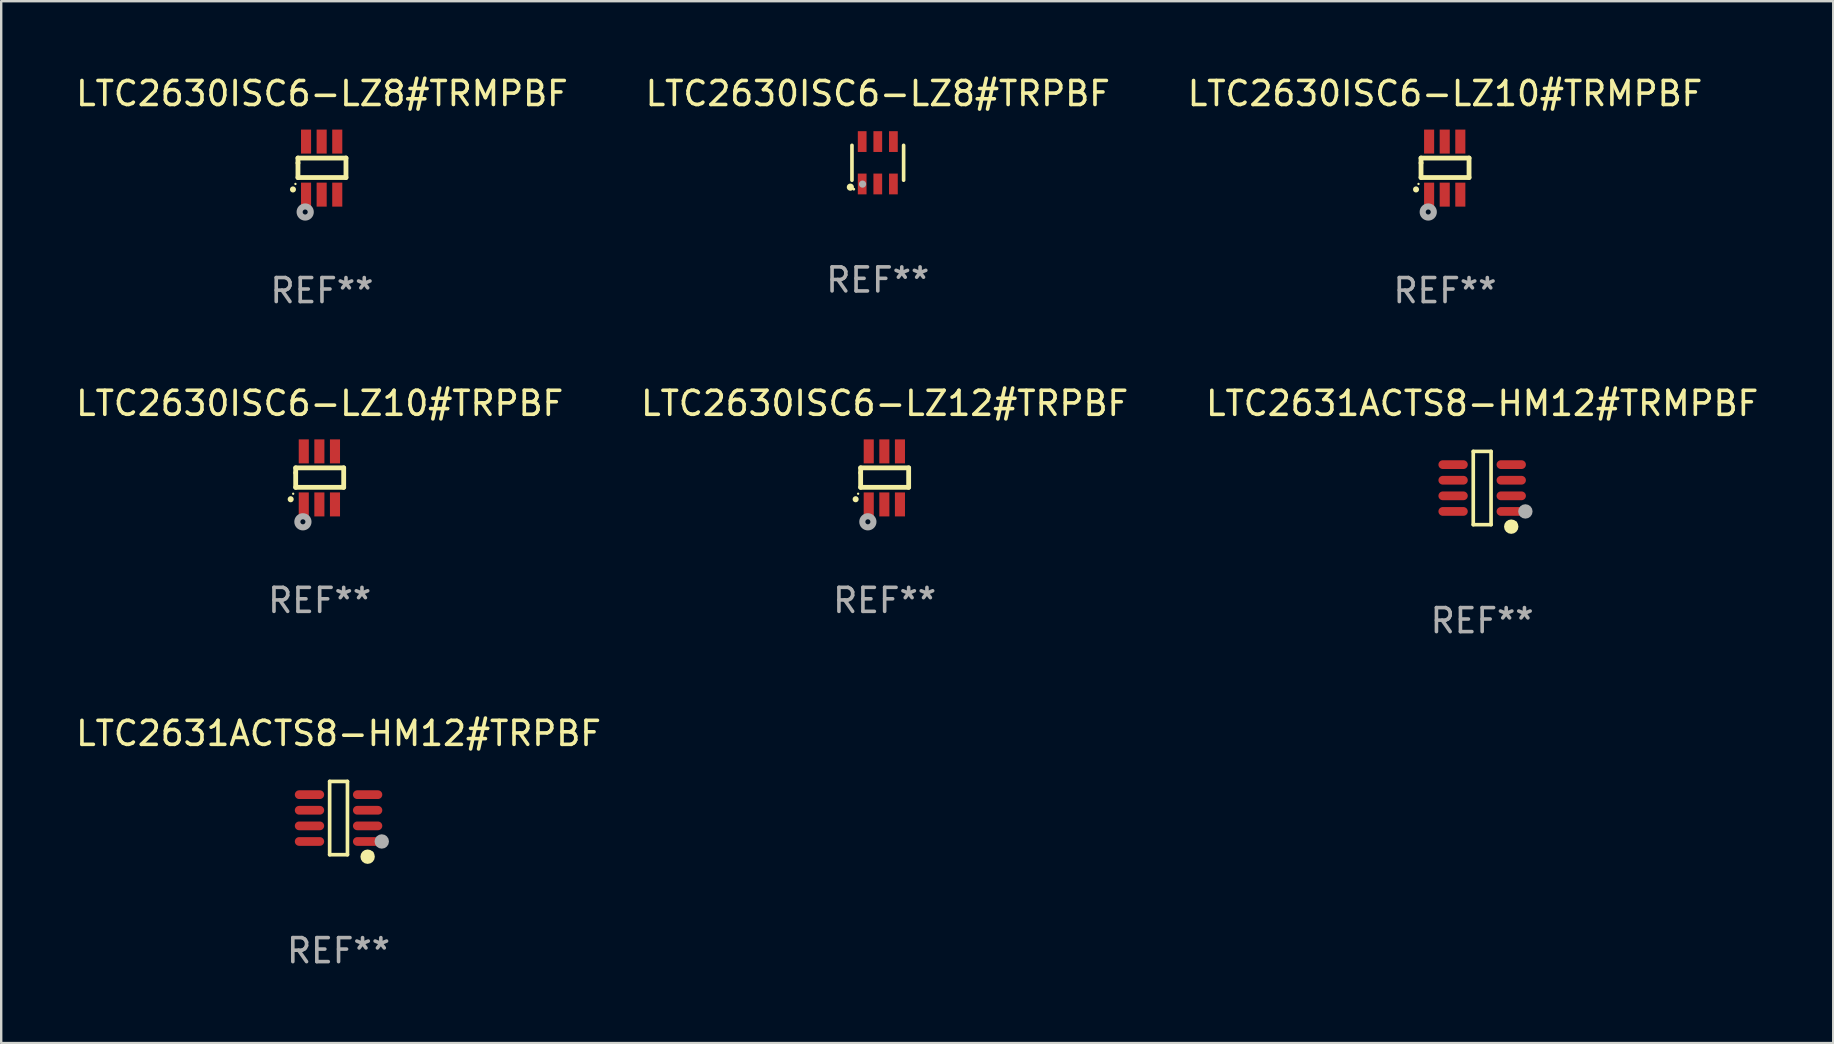
<source format=kicad_pcb>
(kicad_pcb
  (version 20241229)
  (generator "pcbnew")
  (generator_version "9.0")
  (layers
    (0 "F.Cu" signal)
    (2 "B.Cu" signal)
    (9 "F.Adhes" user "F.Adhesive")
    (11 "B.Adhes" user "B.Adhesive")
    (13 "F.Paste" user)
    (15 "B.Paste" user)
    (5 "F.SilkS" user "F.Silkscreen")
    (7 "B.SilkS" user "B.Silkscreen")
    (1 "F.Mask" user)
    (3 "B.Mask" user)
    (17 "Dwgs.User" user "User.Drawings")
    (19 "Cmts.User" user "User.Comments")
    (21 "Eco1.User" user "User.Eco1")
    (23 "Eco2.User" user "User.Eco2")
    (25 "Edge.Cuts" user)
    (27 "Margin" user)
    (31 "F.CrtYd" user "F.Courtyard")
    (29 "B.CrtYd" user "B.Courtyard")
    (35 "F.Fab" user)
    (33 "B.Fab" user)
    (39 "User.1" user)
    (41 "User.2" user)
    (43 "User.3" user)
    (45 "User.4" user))
  (footprint "LTC2630ISC6-LZ10#TRMPBF"
    (layer "F.Cu")
    (at 57.149 3.953)
    (property "Reference" "LTC2630ISC6-LZ10#TRMPBF" (at 0 -3.105 0) (layer "F.SilkS") (effects (font (size 1 1) (thickness 0.15))))
    (attr through_hole)
    (fp_line (start -1 -0.419) (end -1 -0.213) (stroke (width 0.2) (type solid)) (layer "F.SilkS"))
    (fp_line (start -1 -0.213) (end -1 0.393) (stroke (width 0.2) (type solid)) (layer "F.SilkS"))
    (fp_line (start -1 0.393) (end 1 0.393) (stroke (width 0.2) (type solid)) (layer "F.SilkS"))
    (fp_line (start 1 -0.419) (end -1 -0.419) (stroke (width 0.2) (type solid)) (layer "F.SilkS"))
    (fp_line (start 1 0.393) (end 1 -0.419) (stroke (width 0.2) (type solid)) (layer "F.SilkS"))
    (fp_arc (start -1.208509 0.890272) (mid -1.208515 0.889002) (end -1.208509 0.887732) (stroke (width 0.25) (type solid)) (layer "F.SilkS"))
    (fp_circle (center -1.105 0.66) (end -1.08 0.66) (stroke (width 0.05) (type solid)) (fill no) (layer "F.SilkS"))
    (fp_circle (center -0.699 1.829) (end -0.594 1.829) (stroke (width 0.254) (type solid)) (fill no) (layer "F.Fab"))
    (fp_text user "REF**" (at 0 5.105 0) (layer "F.Fab") (effects (font (size 1 1) (thickness 0.15))))
    (pad "1" smd rect (at -0.663 1.105) (size 0.42 1) (layers "F.Cu" "F.Mask" "F.Paste"))
    (pad "2" smd rect (at -0.013 1.105) (size 0.42 1) (layers "F.Cu" "F.Mask" "F.Paste"))
    (pad "3" smd rect (at 0.637 1.105) (size 0.42 1) (layers "F.Cu" "F.Mask" "F.Paste"))
    (pad "4" smd rect (at 0.637 -1.105 180) (size 0.42 1) (layers "F.Cu" "F.Mask" "F.Paste"))
    (pad "5" smd rect (at -0.013 -1.105 180) (size 0.42 1) (layers "F.Cu" "F.Mask" "F.Paste"))
    (pad "6" smd rect (at -0.663 -1.105 180) (size 0.42 1) (layers "F.Cu" "F.Mask" "F.Paste")))
  (footprint "LTC2630ISC6-LZ12#TRPBF"
    (layer "F.Cu")
    (at 33.804 16.859)
    (property "Reference" "LTC2630ISC6-LZ12#TRPBF" (at 0 -3.105 0) (layer "F.SilkS") (effects (font (size 1 1) (thickness 0.15))))
    (attr through_hole)
    (fp_line (start -1 -0.419) (end -1 -0.213) (stroke (width 0.2) (type solid)) (layer "F.SilkS"))
    (fp_line (start -1 -0.213) (end -1 0.393) (stroke (width 0.2) (type solid)) (layer "F.SilkS"))
    (fp_line (start -1 0.393) (end 1 0.393) (stroke (width 0.2) (type solid)) (layer "F.SilkS"))
    (fp_line (start 1 -0.419) (end -1 -0.419) (stroke (width 0.2) (type solid)) (layer "F.SilkS"))
    (fp_line (start 1 0.393) (end 1 -0.419) (stroke (width 0.2) (type solid)) (layer "F.SilkS"))
    (fp_arc (start -1.208509 0.890272) (mid -1.208515 0.889002) (end -1.208509 0.887732) (stroke (width 0.25) (type solid)) (layer "F.SilkS"))
    (fp_circle (center -1.105 0.66) (end -1.08 0.66) (stroke (width 0.05) (type solid)) (fill no) (layer "F.SilkS"))
    (fp_circle (center -0.699 1.829) (end -0.594 1.829) (stroke (width 0.254) (type solid)) (fill no) (layer "F.Fab"))
    (fp_text user "REF**" (at 0 5.105 0) (layer "F.Fab") (effects (font (size 1 1) (thickness 0.15))))
    (pad "1" smd rect (at -0.663 1.105) (size 0.42 1) (layers "F.Cu" "F.Mask" "F.Paste"))
    (pad "2" smd rect (at -0.013 1.105) (size 0.42 1) (layers "F.Cu" "F.Mask" "F.Paste"))
    (pad "3" smd rect (at 0.637 1.105) (size 0.42 1) (layers "F.Cu" "F.Mask" "F.Paste"))
    (pad "4" smd rect (at 0.637 -1.105 180) (size 0.42 1) (layers "F.Cu" "F.Mask" "F.Paste"))
    (pad "5" smd rect (at -0.013 -1.105 180) (size 0.42 1) (layers "F.Cu" "F.Mask" "F.Paste"))
    (pad "6" smd rect (at -0.663 -1.105 180) (size 0.42 1) (layers "F.Cu" "F.Mask" "F.Paste")))
  (footprint "LTC2631ACTS8-HM12#TRMPBF"
    (layer "F.Cu")
    (at 58.696 17.281)
    (property "Reference" "LTC2631ACTS8-HM12#TRMPBF" (at 0 -3.526 0) (layer "F.SilkS") (effects (font (size 1 1) (thickness 0.15))))
    (attr through_hole)
    (fp_line (start -0.371 -1.526) (end 0.371 -1.526) (stroke (width 0.152) (type solid)) (layer "F.SilkS"))
    (fp_line (start -0.371 1.526) (end -0.371 -1.526) (stroke (width 0.152) (type solid)) (layer "F.SilkS"))
    (fp_line (start 0.371 -1.526) (end 0.371 1.526) (stroke (width 0.152) (type solid)) (layer "F.SilkS"))
    (fp_line (start 0.371 1.526) (end -0.371 1.526) (stroke (width 0.152) (type solid)) (layer "F.SilkS"))
    (fp_circle (center 1.211 1.609) (end 1.361 1.609) (stroke (width 0.3) (type solid)) (fill no) (layer "F.SilkS"))
    (fp_circle (center 1.4 1.45) (end 1.43 1.45) (stroke (width 0.06) (type solid)) (fill no) (layer "F.SilkS"))
    (fp_circle (center 1.8 0.975) (end 1.95 0.975) (stroke (width 0.3) (type solid)) (fill no) (layer "F.Fab"))
    (fp_text user "REF**" (at 0 5.526 0) (layer "F.Fab") (effects (font (size 1 1) (thickness 0.15))))
    (pad "1" smd oval (at 1.211 0.975) (size 1.222 0.364) (layers "F.Cu" "F.Mask" "F.Paste"))
    (pad "2" smd oval (at 1.211 0.325) (size 1.222 0.364) (layers "F.Cu" "F.Mask" "F.Paste"))
    (pad "3" smd oval (at 1.211 -0.325) (size 1.222 0.364) (layers "F.Cu" "F.Mask" "F.Paste"))
    (pad "4" smd oval (at 1.211 -0.975) (size 1.222 0.364) (layers "F.Cu" "F.Mask" "F.Paste"))
    (pad "5" smd oval (at -1.211 -0.975) (size 1.222 0.364) (layers "F.Cu" "F.Mask" "F.Paste"))
    (pad "6" smd oval (at -1.211 -0.325) (size 1.222 0.364) (layers "F.Cu" "F.Mask" "F.Paste"))
    (pad "7" smd oval (at -1.211 0.325) (size 1.222 0.364) (layers "F.Cu" "F.Mask" "F.Paste"))
    (pad "8" smd oval (at -1.211 0.975) (size 1.222 0.364) (layers "F.Cu" "F.Mask" "F.Paste")))
  (footprint "LTC2630ISC6-LZ8#TRPBF"
    (layer "F.Cu")
    (at 33.518 3.731)
    (property "Reference" "LTC2630ISC6-LZ8#TRPBF" (at 0 -2.883 0) (layer "F.SilkS") (effects (font (size 1 1) (thickness 0.15))))
    (attr through_hole)
    (fp_line (start -1.076 0.726) (end -1.076 -0.726) (stroke (width 0.152) (type solid)) (layer "F.SilkS"))
    (fp_line (start 1.076 0.726) (end 1.076 -0.726) (stroke (width 0.152) (type solid)) (layer "F.SilkS"))
    (fp_circle (center -1.143 1.016) (end -1.068 1.016) (stroke (width 0.15) (type solid)) (fill no) (layer "F.SilkS"))
    (fp_circle (center -1 1.1) (end -0.97 1.1) (stroke (width 0.06) (type solid)) (fill no) (layer "F.SilkS"))
    (fp_circle (center -0.635 0.889) (end -0.56 0.889) (stroke (width 0.15) (type solid)) (fill no) (layer "F.Fab"))
    (fp_text user "REF**" (at 0 4.883 0) (layer "F.Fab") (effects (font (size 1 1) (thickness 0.15))))
    (pad "1" smd rect (at -0.65 0.883) (size 0.364 0.866) (layers "F.Cu" "F.Mask" "F.Paste"))
    (pad "2" smd rect (at 0 0.883) (size 0.364 0.866) (layers "F.Cu" "F.Mask" "F.Paste"))
    (pad "3" smd rect (at 0.65 0.883) (size 0.364 0.866) (layers "F.Cu" "F.Mask" "F.Paste"))
    (pad "4" smd rect (at 0.65 -0.883) (size 0.364 0.866) (layers "F.Cu" "F.Mask" "F.Paste"))
    (pad "5" smd rect (at 0 -0.883) (size 0.364 0.866) (layers "F.Cu" "F.Mask" "F.Paste"))
    (pad "6" smd rect (at -0.65 -0.883) (size 0.364 0.866) (layers "F.Cu" "F.Mask" "F.Paste")))
  (footprint "LTC2630ISC6-LZ8#TRMPBF"
    (layer "F.Cu")
    (at 10.363 3.953)
    (property "Reference" "LTC2630ISC6-LZ8#TRMPBF" (at 0 -3.105 0) (layer "F.SilkS") (effects (font (size 1 1) (thickness 0.15))))
    (attr through_hole)
    (fp_line (start -1 -0.419) (end -1 -0.213) (stroke (width 0.2) (type solid)) (layer "F.SilkS"))
    (fp_line (start -1 -0.213) (end -1 0.393) (stroke (width 0.2) (type solid)) (layer "F.SilkS"))
    (fp_line (start -1 0.393) (end 1 0.393) (stroke (width 0.2) (type solid)) (layer "F.SilkS"))
    (fp_line (start 1 -0.419) (end -1 -0.419) (stroke (width 0.2) (type solid)) (layer "F.SilkS"))
    (fp_line (start 1 0.393) (end 1 -0.419) (stroke (width 0.2) (type solid)) (layer "F.SilkS"))
    (fp_arc (start -1.208509 0.890272) (mid -1.208515 0.889002) (end -1.208509 0.887732) (stroke (width 0.25) (type solid)) (layer "F.SilkS"))
    (fp_circle (center -1.105 0.66) (end -1.08 0.66) (stroke (width 0.05) (type solid)) (fill no) (layer "F.SilkS"))
    (fp_circle (center -0.699 1.829) (end -0.594 1.829) (stroke (width 0.254) (type solid)) (fill no) (layer "F.Fab"))
    (fp_text user "REF**" (at 0 5.105 0) (layer "F.Fab") (effects (font (size 1 1) (thickness 0.15))))
    (pad "1" smd rect (at -0.663 1.105) (size 0.42 1) (layers "F.Cu" "F.Mask" "F.Paste"))
    (pad "2" smd rect (at -0.013 1.105) (size 0.42 1) (layers "F.Cu" "F.Mask" "F.Paste"))
    (pad "3" smd rect (at 0.637 1.105) (size 0.42 1) (layers "F.Cu" "F.Mask" "F.Paste"))
    (pad "4" smd rect (at 0.637 -1.105 180) (size 0.42 1) (layers "F.Cu" "F.Mask" "F.Paste"))
    (pad "5" smd rect (at -0.013 -1.105 180) (size 0.42 1) (layers "F.Cu" "F.Mask" "F.Paste"))
    (pad "6" smd rect (at -0.663 -1.105 180) (size 0.42 1) (layers "F.Cu" "F.Mask" "F.Paste")))
  (footprint "LTC2631ACTS8-HM12#TRPBF"
    (layer "F.Cu")
    (at 11.054 31.03)
    (property "Reference" "LTC2631ACTS8-HM12#TRPBF" (at 0 -3.526 0) (layer "F.SilkS") (effects (font (size 1 1) (thickness 0.15))))
    (attr through_hole)
    (fp_line (start -0.371 -1.526) (end 0.371 -1.526) (stroke (width 0.152) (type solid)) (layer "F.SilkS"))
    (fp_line (start -0.371 1.526) (end -0.371 -1.526) (stroke (width 0.152) (type solid)) (layer "F.SilkS"))
    (fp_line (start 0.371 -1.526) (end 0.371 1.526) (stroke (width 0.152) (type solid)) (layer "F.SilkS"))
    (fp_line (start 0.371 1.526) (end -0.371 1.526) (stroke (width 0.152) (type solid)) (layer "F.SilkS"))
    (fp_circle (center 1.211 1.609) (end 1.361 1.609) (stroke (width 0.3) (type solid)) (fill no) (layer "F.SilkS"))
    (fp_circle (center 1.4 1.45) (end 1.43 1.45) (stroke (width 0.06) (type solid)) (fill no) (layer "F.SilkS"))
    (fp_circle (center 1.8 0.975) (end 1.95 0.975) (stroke (width 0.3) (type solid)) (fill no) (layer "F.Fab"))
    (fp_text user "REF**" (at 0 5.526 0) (layer "F.Fab") (effects (font (size 1 1) (thickness 0.15))))
    (pad "1" smd oval (at 1.211 0.975) (size 1.222 0.364) (layers "F.Cu" "F.Mask" "F.Paste"))
    (pad "2" smd oval (at 1.211 0.325) (size 1.222 0.364) (layers "F.Cu" "F.Mask" "F.Paste"))
    (pad "3" smd oval (at 1.211 -0.325) (size 1.222 0.364) (layers "F.Cu" "F.Mask" "F.Paste"))
    (pad "4" smd oval (at 1.211 -0.975) (size 1.222 0.364) (layers "F.Cu" "F.Mask" "F.Paste"))
    (pad "5" smd oval (at -1.211 -0.975) (size 1.222 0.364) (layers "F.Cu" "F.Mask" "F.Paste"))
    (pad "6" smd oval (at -1.211 -0.325) (size 1.222 0.364) (layers "F.Cu" "F.Mask" "F.Paste"))
    (pad "7" smd oval (at -1.211 0.325) (size 1.222 0.364) (layers "F.Cu" "F.Mask" "F.Paste"))
    (pad "8" smd oval (at -1.211 0.975) (size 1.222 0.364) (layers "F.Cu" "F.Mask" "F.Paste")))
  (footprint "LTC2630ISC6-LZ10#TRPBF"
    (layer "F.Cu")
    (at 10.268 16.859)
    (property "Reference" "LTC2630ISC6-LZ10#TRPBF" (at 0 -3.105 0) (layer "F.SilkS") (effects (font (size 1 1) (thickness 0.15))))
    (attr through_hole)
    (fp_line (start -1 -0.419) (end -1 -0.213) (stroke (width 0.2) (type solid)) (layer "F.SilkS"))
    (fp_line (start -1 -0.213) (end -1 0.393) (stroke (width 0.2) (type solid)) (layer "F.SilkS"))
    (fp_line (start -1 0.393) (end 1 0.393) (stroke (width 0.2) (type solid)) (layer "F.SilkS"))
    (fp_line (start 1 -0.419) (end -1 -0.419) (stroke (width 0.2) (type solid)) (layer "F.SilkS"))
    (fp_line (start 1 0.393) (end 1 -0.419) (stroke (width 0.2) (type solid)) (layer "F.SilkS"))
    (fp_arc (start -1.208509 0.890272) (mid -1.208515 0.889002) (end -1.208509 0.887732) (stroke (width 0.25) (type solid)) (layer "F.SilkS"))
    (fp_circle (center -1.105 0.66) (end -1.08 0.66) (stroke (width 0.05) (type solid)) (fill no) (layer "F.SilkS"))
    (fp_circle (center -0.699 1.829) (end -0.594 1.829) (stroke (width 0.254) (type solid)) (fill no) (layer "F.Fab"))
    (fp_text user "REF**" (at 0 5.105 0) (layer "F.Fab") (effects (font (size 1 1) (thickness 0.15))))
    (pad "1" smd rect (at -0.663 1.105) (size 0.42 1) (layers "F.Cu" "F.Mask" "F.Paste"))
    (pad "2" smd rect (at -0.013 1.105) (size 0.42 1) (layers "F.Cu" "F.Mask" "F.Paste"))
    (pad "3" smd rect (at 0.637 1.105) (size 0.42 1) (layers "F.Cu" "F.Mask" "F.Paste"))
    (pad "4" smd rect (at 0.637 -1.105 180) (size 0.42 1) (layers "F.Cu" "F.Mask" "F.Paste"))
    (pad "5" smd rect (at -0.013 -1.105 180) (size 0.42 1) (layers "F.Cu" "F.Mask" "F.Paste"))
    (pad "6" smd rect (at -0.663 -1.105 180) (size 0.42 1) (layers "F.Cu" "F.Mask" "F.Paste")))
  (gr_rect
    (start -3 -3)
    (end 73.321 40.404)
    (stroke (width 0.1) (type default))
    (fill no)
    (layer "Edge.Cuts")))
</source>
